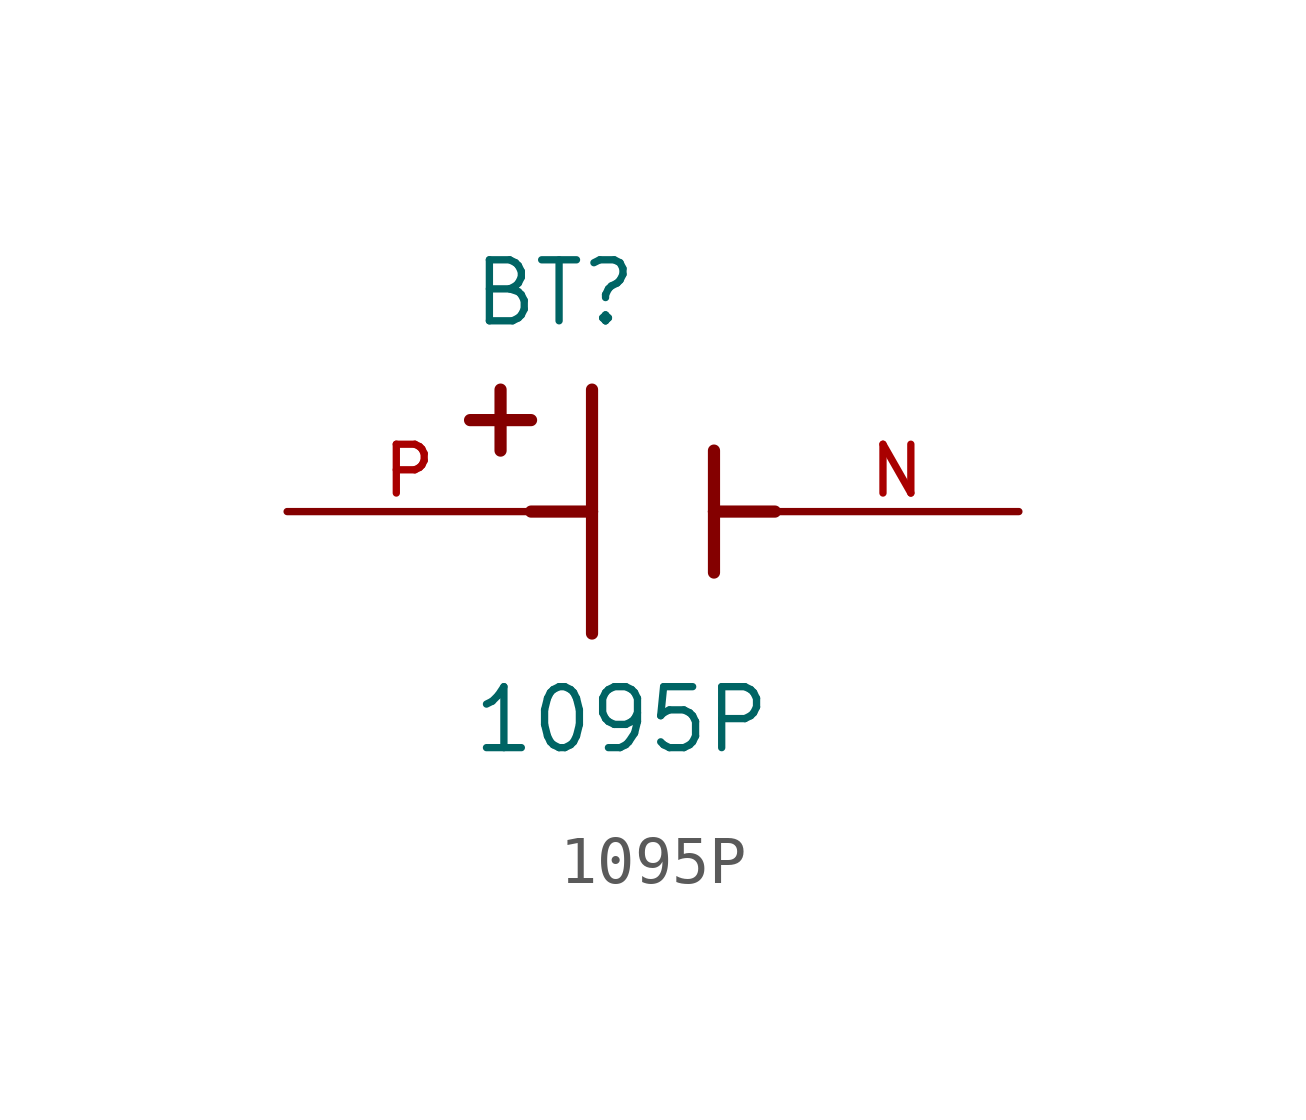
<source format=kicad_sym>
(kicad_symbol_lib
  (version 20211014)
  (generator kicad_symbol_editor)
  (symbol "1095P"
    (pin_names
      (offset 1.016))
    (property "Reference" "BT"
      (at -3.81 3.81 0)
      (effects (font (size 1.27 1.27)) (justify bottom left)))
    (property "Value" "1095P"
      (at -3.81 -5.08 0)
      (effects (font (size 1.27 1.27)) (justify bottom left)))
    (symbol "1095P_0_0"
      (polyline (pts (xy -1.27 2.54) (xy -1.27 0.0)) (stroke (width 0.254)))
      (polyline (pts (xy -1.27 0.0) (xy -1.27 -2.54)) (stroke (width 0.254)))
      (polyline (pts (xy 1.27 1.27) (xy 1.27 0.0)) (stroke (width 0.254)))
      (polyline (pts (xy 1.27 0.0) (xy 1.27 -1.27)) (stroke (width 0.254)))
      (polyline (pts (xy -1.27 0.0) (xy -2.54 0.0)) (stroke (width 0.254)))
      (polyline (pts (xy 1.27 0.0) (xy 2.54 0.0)) (stroke (width 0.254)))
      (polyline (pts (xy -3.175 2.54) (xy -3.175 1.27)) (stroke (width 0.254)))
      (polyline (pts (xy -3.81 1.905) (xy -2.54 1.905)) (stroke (width 0.254)))
      (pin passive line (at -7.62 0.0 0) (length 5.08) (name "~" (effects (font (size 1.016 1.016)))) (number "P" (effects (font (size 1.016 1.016)))))
      (pin passive line (at 7.62 0.0 180.0) (length 5.08) (name "~" (effects (font (size 1.016 1.016)))) (number "N" (effects (font (size 1.016 1.016))))))))
</source>
